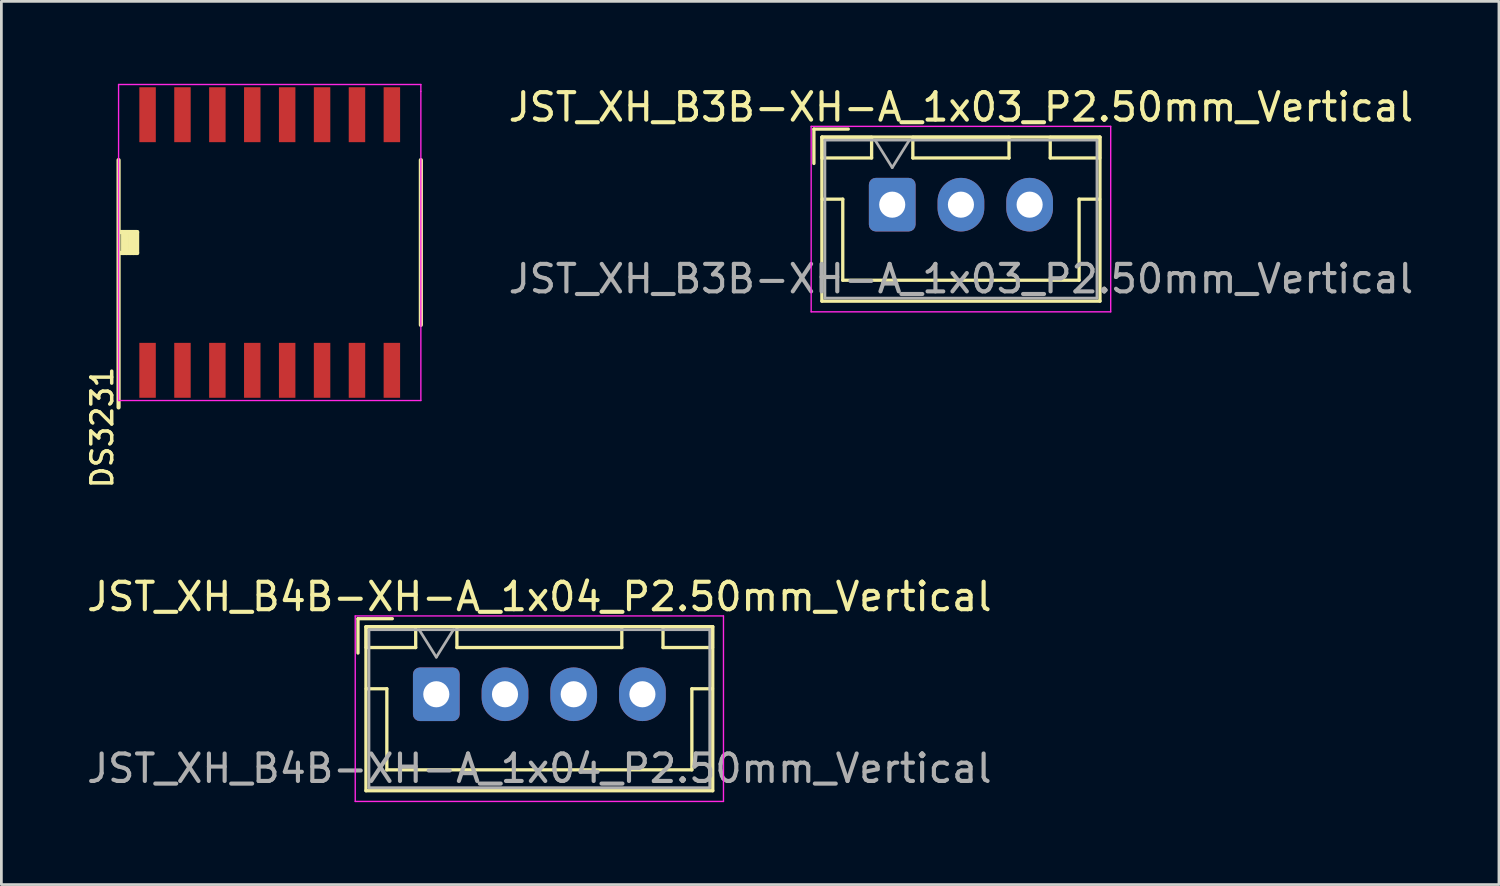
<source format=kicad_pcb>
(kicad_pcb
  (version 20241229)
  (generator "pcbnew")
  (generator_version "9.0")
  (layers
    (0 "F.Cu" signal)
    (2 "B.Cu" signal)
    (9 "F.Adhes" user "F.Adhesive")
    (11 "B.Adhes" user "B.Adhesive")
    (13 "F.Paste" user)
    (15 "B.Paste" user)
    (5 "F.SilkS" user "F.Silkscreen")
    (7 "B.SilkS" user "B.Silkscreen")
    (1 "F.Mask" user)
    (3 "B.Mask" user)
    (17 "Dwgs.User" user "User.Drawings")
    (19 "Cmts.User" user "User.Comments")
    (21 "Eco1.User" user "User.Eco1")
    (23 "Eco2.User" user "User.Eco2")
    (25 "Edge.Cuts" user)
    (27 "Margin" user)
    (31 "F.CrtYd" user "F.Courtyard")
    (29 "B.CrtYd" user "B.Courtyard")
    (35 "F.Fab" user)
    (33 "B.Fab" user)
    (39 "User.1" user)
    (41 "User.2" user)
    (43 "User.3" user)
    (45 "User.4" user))
  (footprint "JST_XH_B3B-XH-A_1x03_P2.50mm_Vertical"
    (layer "F.Cu")
    (at 29.418 4.398)
    (property "Reference" "JST_XH_B3B-XH-A_1x03_P2.50mm_Vertical" (at 2.5 -3.55 0) (layer "F.SilkS") (effects (font (size 1 1) (thickness 0.15))))
    (attr through_hole)
    (fp_line (start -2.85 -2.75) (end -2.85 -1.5) (stroke (width 0.12) (type solid)) (layer "F.SilkS"))
    (fp_line (start -2.56 -2.46) (end -2.56 3.51) (stroke (width 0.12) (type solid)) (layer "F.SilkS"))
    (fp_line (start -2.56 3.51) (end 7.56 3.51) (stroke (width 0.12) (type solid)) (layer "F.SilkS"))
    (fp_line (start -2.55 -2.45) (end -2.55 -1.7) (stroke (width 0.12) (type solid)) (layer "F.SilkS"))
    (fp_line (start -2.55 -1.7) (end -0.75 -1.7) (stroke (width 0.12) (type solid)) (layer "F.SilkS"))
    (fp_line (start -2.55 -0.2) (end -1.8 -0.2) (stroke (width 0.12) (type solid)) (layer "F.SilkS"))
    (fp_line (start -1.8 -0.2) (end -1.8 2.75) (stroke (width 0.12) (type solid)) (layer "F.SilkS"))
    (fp_line (start -1.8 2.75) (end 2.5 2.75) (stroke (width 0.12) (type solid)) (layer "F.SilkS"))
    (fp_line (start -1.6 -2.75) (end -2.85 -2.75) (stroke (width 0.12) (type solid)) (layer "F.SilkS"))
    (fp_line (start -0.75 -2.45) (end -2.55 -2.45) (stroke (width 0.12) (type solid)) (layer "F.SilkS"))
    (fp_line (start -0.75 -1.7) (end -0.75 -2.45) (stroke (width 0.12) (type solid)) (layer "F.SilkS"))
    (fp_line (start 0.75 -2.45) (end 0.75 -1.7) (stroke (width 0.12) (type solid)) (layer "F.SilkS"))
    (fp_line (start 0.75 -1.7) (end 4.25 -1.7) (stroke (width 0.12) (type solid)) (layer "F.SilkS"))
    (fp_line (start 4.25 -2.45) (end 0.75 -2.45) (stroke (width 0.12) (type solid)) (layer "F.SilkS"))
    (fp_line (start 4.25 -1.7) (end 4.25 -2.45) (stroke (width 0.12) (type solid)) (layer "F.SilkS"))
    (fp_line (start 5.75 -2.45) (end 5.75 -1.7) (stroke (width 0.12) (type solid)) (layer "F.SilkS"))
    (fp_line (start 5.75 -1.7) (end 7.55 -1.7) (stroke (width 0.12) (type solid)) (layer "F.SilkS"))
    (fp_line (start 6.8 -0.2) (end 6.8 2.75) (stroke (width 0.12) (type solid)) (layer "F.SilkS"))
    (fp_line (start 6.8 2.75) (end 2.5 2.75) (stroke (width 0.12) (type solid)) (layer "F.SilkS"))
    (fp_line (start 7.55 -2.45) (end 5.75 -2.45) (stroke (width 0.12) (type solid)) (layer "F.SilkS"))
    (fp_line (start 7.55 -1.7) (end 7.55 -2.45) (stroke (width 0.12) (type solid)) (layer "F.SilkS"))
    (fp_line (start 7.55 -0.2) (end 6.8 -0.2) (stroke (width 0.12) (type solid)) (layer "F.SilkS"))
    (fp_line (start 7.56 -2.46) (end -2.56 -2.46) (stroke (width 0.12) (type solid)) (layer "F.SilkS"))
    (fp_line (start 7.56 3.51) (end 7.56 -2.46) (stroke (width 0.12) (type solid)) (layer "F.SilkS"))
    (fp_line (start -2.95 -2.85) (end -2.95 3.9) (stroke (width 0.05) (type solid)) (layer "F.CrtYd"))
    (fp_line (start -2.95 3.9) (end 7.95 3.9) (stroke (width 0.05) (type solid)) (layer "F.CrtYd"))
    (fp_line (start 7.95 -2.85) (end -2.95 -2.85) (stroke (width 0.05) (type solid)) (layer "F.CrtYd"))
    (fp_line (start 7.95 3.9) (end 7.95 -2.85) (stroke (width 0.05) (type solid)) (layer "F.CrtYd"))
    (fp_line (start -2.45 -2.35) (end -2.45 3.4) (stroke (width 0.1) (type solid)) (layer "F.Fab"))
    (fp_line (start -2.45 3.4) (end 7.45 3.4) (stroke (width 0.1) (type solid)) (layer "F.Fab"))
    (fp_line (start -0.625 -2.35) (end 0 -1.35) (stroke (width 0.1) (type solid)) (layer "F.Fab"))
    (fp_line (start 0 -1.35) (end 0.625 -2.35) (stroke (width 0.1) (type solid)) (layer "F.Fab"))
    (fp_line (start 7.45 -2.35) (end -2.45 -2.35) (stroke (width 0.1) (type solid)) (layer "F.Fab"))
    (fp_line (start 7.45 3.4) (end 7.45 -2.35) (stroke (width 0.1) (type solid)) (layer "F.Fab"))
    (fp_text user "${REFERENCE}" (at 2.5 2.7 0) (layer "F.Fab") (effects (font (size 1 1) (thickness 0.15))))
    (pad "1" thru_hole roundrect (at 0 0) (size 1.7 1.95) (drill 0.95) (layers "*.Cu" "*.Mask") (roundrect_rratio 0.147))
    (pad "2" thru_hole oval (at 2.5 0) (size 1.7 1.95) (drill 0.95) (layers "*.Cu" "*.Mask"))
    (pad "3" thru_hole oval (at 5 0) (size 1.7 1.95) (drill 0.95) (layers "*.Cu" "*.Mask")))
  (footprint "DS3231"
    (layer "F.Cu")
    (at 6.765 5.775)
    (property "Reference" "DS3231" (at -6.096 6.731 270) (layer "F.SilkS") (effects (font (size 0.762 0.762) (thickness 0.127))))
    (attr smd)
    (fp_line (start -5.5 -3) (end -5.5 6) (stroke (width 0.152) (type solid)) (layer "F.SilkS"))
    (fp_line (start -5.461 -0.381) (end -4.826 -0.381) (stroke (width 0.152) (type solid)) (layer "F.SilkS"))
    (fp_line (start -5.461 0.381) (end -4.826 0.381) (stroke (width 0.152) (type solid)) (layer "F.SilkS"))
    (fp_line (start -5.334 -0.381) (end -5.334 0.381) (stroke (width 0.152) (type solid)) (layer "F.SilkS"))
    (fp_line (start -5.207 -0.381) (end -5.207 0.381) (stroke (width 0.152) (type solid)) (layer "F.SilkS"))
    (fp_line (start -5.08 -0.381) (end -5.08 0.381) (stroke (width 0.152) (type solid)) (layer "F.SilkS"))
    (fp_line (start -4.953 -0.381) (end -4.953 0.381) (stroke (width 0.152) (type solid)) (layer "F.SilkS"))
    (fp_line (start -4.826 -0.381) (end -4.826 0.381) (stroke (width 0.152) (type solid)) (layer "F.SilkS"))
    (fp_line (start 5.5 3) (end 5.5 -3) (stroke (width 0.152) (type solid)) (layer "F.SilkS"))
    (fp_line (start -5.5 -5.75) (end -5.5 5.75) (stroke (width 0.05) (type solid)) (layer "F.CrtYd"))
    (fp_line (start -5.5 5.75) (end 5.5 5.75) (stroke (width 0.05) (type solid)) (layer "F.CrtYd"))
    (fp_line (start 5.5 -5.75) (end -5.5 -5.75) (stroke (width 0.05) (type solid)) (layer "F.CrtYd"))
    (fp_line (start 5.5 -5.5) (end 5.5 -5.75) (stroke (width 0.05) (type solid)) (layer "F.CrtYd"))
    (fp_line (start 5.5 5.75) (end 5.5 -5.5) (stroke (width 0.05) (type solid)) (layer "F.CrtYd"))
    (pad "1" smd rect (at -4.445 4.651) (size 0.599 1.999) (layers "F.Cu" "F.Mask" "F.Paste"))
    (pad "2" smd rect (at -3.175 4.651) (size 0.599 1.999) (layers "F.Cu" "F.Mask" "F.Paste"))
    (pad "3" smd rect (at -1.905 4.651) (size 0.599 1.999) (layers "F.Cu" "F.Mask" "F.Paste"))
    (pad "4" smd rect (at -0.635 4.651) (size 0.599 1.999) (layers "F.Cu" "F.Mask" "F.Paste"))
    (pad "5" smd rect (at 0.635 4.651) (size 0.599 1.999) (layers "F.Cu" "F.Mask" "F.Paste"))
    (pad "6" smd rect (at 1.905 4.651) (size 0.599 1.999) (layers "F.Cu" "F.Mask" "F.Paste"))
    (pad "7" smd rect (at 3.175 4.651) (size 0.599 1.999) (layers "F.Cu" "F.Mask" "F.Paste"))
    (pad "8" smd rect (at 4.445 4.651) (size 0.599 1.999) (layers "F.Cu" "F.Mask" "F.Paste"))
    (pad "9" smd rect (at 4.445 -4.651) (size 0.599 1.999) (layers "F.Cu" "F.Mask" "F.Paste"))
    (pad "10" smd rect (at 3.175 -4.651) (size 0.599 1.999) (layers "F.Cu" "F.Mask" "F.Paste"))
    (pad "11" smd rect (at 1.905 -4.651) (size 0.599 1.999) (layers "F.Cu" "F.Mask" "F.Paste"))
    (pad "12" smd rect (at 0.635 -4.651) (size 0.599 1.999) (layers "F.Cu" "F.Mask" "F.Paste"))
    (pad "13" smd rect (at -0.635 -4.651) (size 0.599 1.999) (layers "F.Cu" "F.Mask" "F.Paste"))
    (pad "14" smd rect (at -1.905 -4.651) (size 0.599 1.999) (layers "F.Cu" "F.Mask" "F.Paste"))
    (pad "15" smd rect (at -3.175 -4.651) (size 0.599 1.999) (layers "F.Cu" "F.Mask" "F.Paste"))
    (pad "16" smd rect (at -4.445 -4.651) (size 0.599 1.999) (layers "F.Cu" "F.Mask" "F.Paste")))
  (footprint "JST_XH_B4B-XH-A_1x04_P2.50mm_Vertical"
    (layer "F.Cu")
    (at 12.827 22.214)
    (property "Reference" "JST_XH_B4B-XH-A_1x04_P2.50mm_Vertical" (at 3.75 -3.55 0) (layer "F.SilkS") (effects (font (size 1 1) (thickness 0.15))))
    (attr through_hole)
    (fp_line (start -2.85 -2.75) (end -2.85 -1.5) (stroke (width 0.12) (type solid)) (layer "F.SilkS"))
    (fp_line (start -2.56 -2.46) (end -2.56 3.51) (stroke (width 0.12) (type solid)) (layer "F.SilkS"))
    (fp_line (start -2.56 3.51) (end 10.06 3.51) (stroke (width 0.12) (type solid)) (layer "F.SilkS"))
    (fp_line (start -2.55 -2.45) (end -2.55 -1.7) (stroke (width 0.12) (type solid)) (layer "F.SilkS"))
    (fp_line (start -2.55 -1.7) (end -0.75 -1.7) (stroke (width 0.12) (type solid)) (layer "F.SilkS"))
    (fp_line (start -2.55 -0.2) (end -1.8 -0.2) (stroke (width 0.12) (type solid)) (layer "F.SilkS"))
    (fp_line (start -1.8 -0.2) (end -1.8 2.75) (stroke (width 0.12) (type solid)) (layer "F.SilkS"))
    (fp_line (start -1.8 2.75) (end 3.75 2.75) (stroke (width 0.12) (type solid)) (layer "F.SilkS"))
    (fp_line (start -1.6 -2.75) (end -2.85 -2.75) (stroke (width 0.12) (type solid)) (layer "F.SilkS"))
    (fp_line (start -0.75 -2.45) (end -2.55 -2.45) (stroke (width 0.12) (type solid)) (layer "F.SilkS"))
    (fp_line (start -0.75 -1.7) (end -0.75 -2.45) (stroke (width 0.12) (type solid)) (layer "F.SilkS"))
    (fp_line (start 0.75 -2.45) (end 0.75 -1.7) (stroke (width 0.12) (type solid)) (layer "F.SilkS"))
    (fp_line (start 0.75 -1.7) (end 6.75 -1.7) (stroke (width 0.12) (type solid)) (layer "F.SilkS"))
    (fp_line (start 6.75 -2.45) (end 0.75 -2.45) (stroke (width 0.12) (type solid)) (layer "F.SilkS"))
    (fp_line (start 6.75 -1.7) (end 6.75 -2.45) (stroke (width 0.12) (type solid)) (layer "F.SilkS"))
    (fp_line (start 8.25 -2.45) (end 8.25 -1.7) (stroke (width 0.12) (type solid)) (layer "F.SilkS"))
    (fp_line (start 8.25 -1.7) (end 10.05 -1.7) (stroke (width 0.12) (type solid)) (layer "F.SilkS"))
    (fp_line (start 9.3 -0.2) (end 9.3 2.75) (stroke (width 0.12) (type solid)) (layer "F.SilkS"))
    (fp_line (start 9.3 2.75) (end 3.75 2.75) (stroke (width 0.12) (type solid)) (layer "F.SilkS"))
    (fp_line (start 10.05 -2.45) (end 8.25 -2.45) (stroke (width 0.12) (type solid)) (layer "F.SilkS"))
    (fp_line (start 10.05 -1.7) (end 10.05 -2.45) (stroke (width 0.12) (type solid)) (layer "F.SilkS"))
    (fp_line (start 10.05 -0.2) (end 9.3 -0.2) (stroke (width 0.12) (type solid)) (layer "F.SilkS"))
    (fp_line (start 10.06 -2.46) (end -2.56 -2.46) (stroke (width 0.12) (type solid)) (layer "F.SilkS"))
    (fp_line (start 10.06 3.51) (end 10.06 -2.46) (stroke (width 0.12) (type solid)) (layer "F.SilkS"))
    (fp_line (start -2.95 -2.85) (end -2.95 3.9) (stroke (width 0.05) (type solid)) (layer "F.CrtYd"))
    (fp_line (start -2.95 3.9) (end 10.45 3.9) (stroke (width 0.05) (type solid)) (layer "F.CrtYd"))
    (fp_line (start 10.45 -2.85) (end -2.95 -2.85) (stroke (width 0.05) (type solid)) (layer "F.CrtYd"))
    (fp_line (start 10.45 3.9) (end 10.45 -2.85) (stroke (width 0.05) (type solid)) (layer "F.CrtYd"))
    (fp_line (start -2.45 -2.35) (end -2.45 3.4) (stroke (width 0.1) (type solid)) (layer "F.Fab"))
    (fp_line (start -2.45 3.4) (end 9.95 3.4) (stroke (width 0.1) (type solid)) (layer "F.Fab"))
    (fp_line (start -0.625 -2.35) (end 0 -1.35) (stroke (width 0.1) (type solid)) (layer "F.Fab"))
    (fp_line (start 0 -1.35) (end 0.625 -2.35) (stroke (width 0.1) (type solid)) (layer "F.Fab"))
    (fp_line (start 9.95 -2.35) (end -2.45 -2.35) (stroke (width 0.1) (type solid)) (layer "F.Fab"))
    (fp_line (start 9.95 3.4) (end 9.95 -2.35) (stroke (width 0.1) (type solid)) (layer "F.Fab"))
    (fp_text user "${REFERENCE}" (at 3.75 2.7 0) (layer "F.Fab") (effects (font (size 1 1) (thickness 0.15))))
    (pad "1" thru_hole roundrect (at 0 0) (size 1.7 1.95) (drill 0.95) (layers "*.Cu" "*.Mask") (roundrect_rratio 0.147))
    (pad "2" thru_hole oval (at 2.5 0) (size 1.7 1.95) (drill 0.95) (layers "*.Cu" "*.Mask"))
    (pad "3" thru_hole oval (at 5 0) (size 1.7 1.95) (drill 0.95) (layers "*.Cu" "*.Mask"))
    (pad "4" thru_hole oval (at 7.5 0) (size 1.7 1.95) (drill 0.95) (layers "*.Cu" "*.Mask")))
  (gr_rect
    (start -3 -3)
    (end 51.496 29.139)
    (stroke (width 0.1) (type default))
    (fill no)
    (layer "Edge.Cuts")))
</source>
